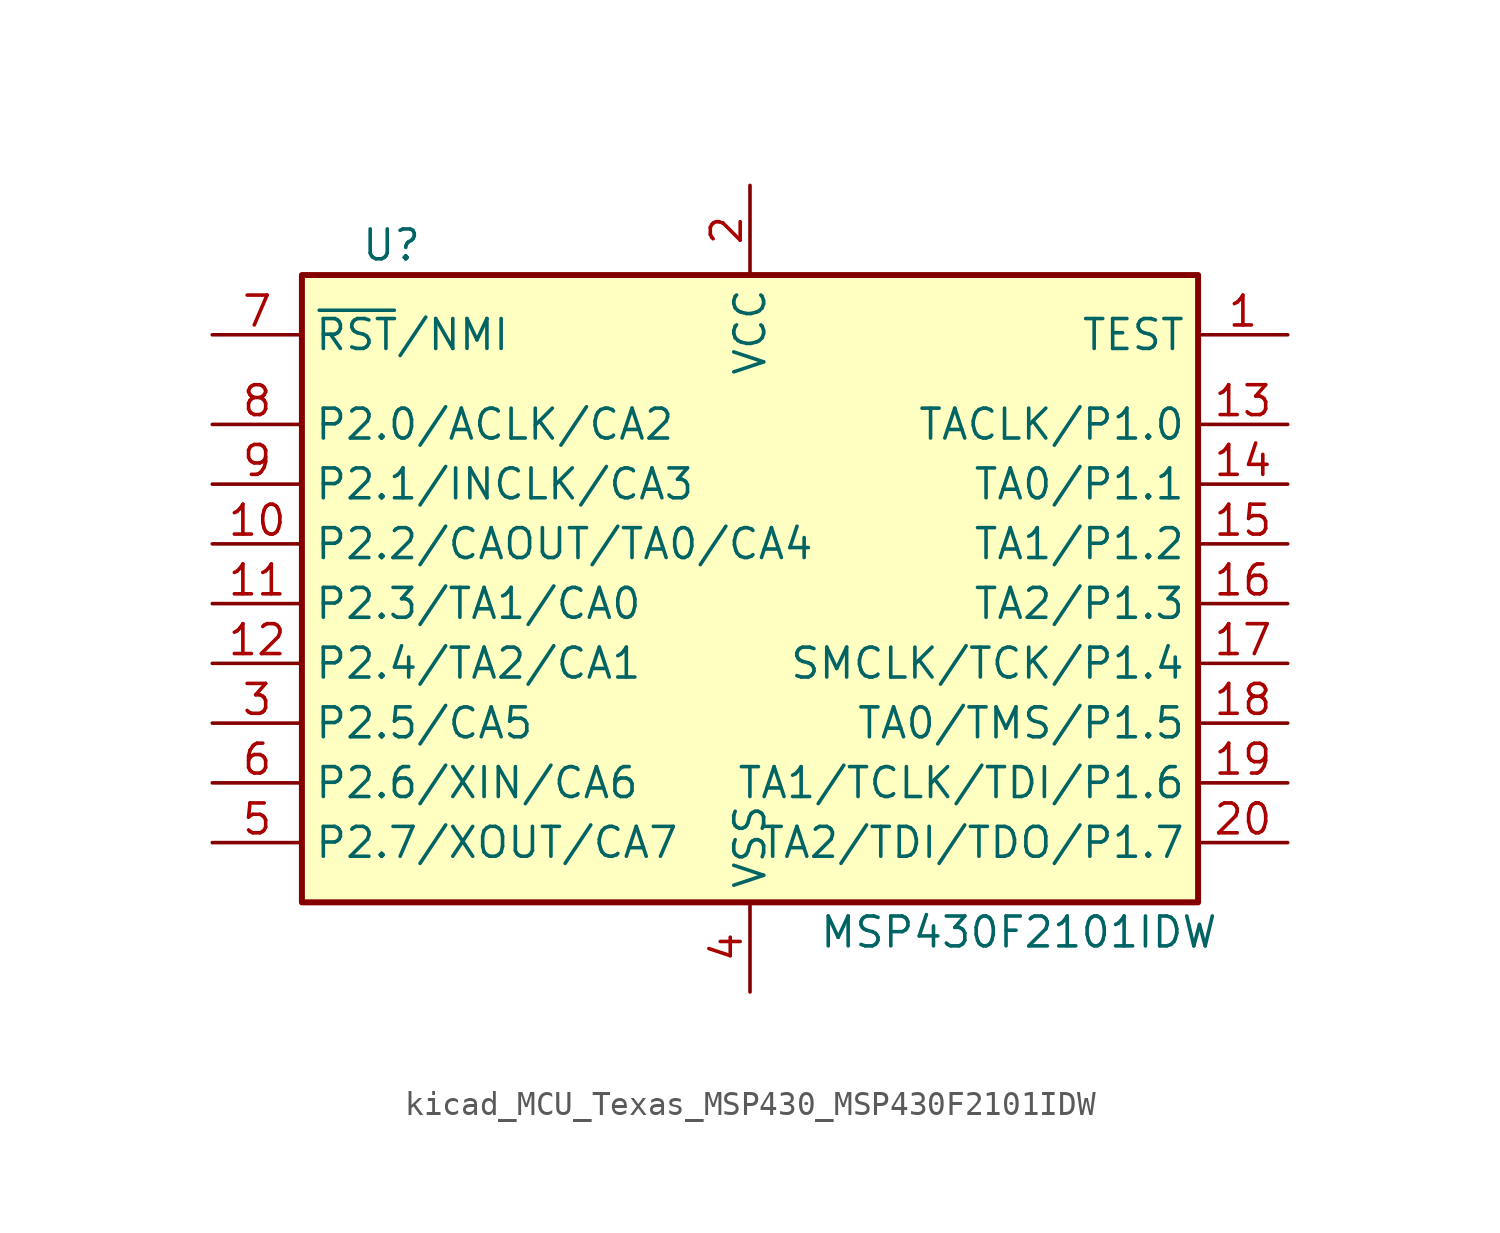
<source format=kicad_sym>
(kicad_symbol_lib
  (version 20220914)
  (generator kicad_symbol_editor)
  (symbol "kicad_MCU_Texas_MSP430_MSP430F2101IDW"
    (property "Reference" "U"
      (at -15.24 15.24 0)
      (effects (font (size 1.27 1.27))))
    (property "Value" "MSP430F2101IDW"
      (at 11.43 -13.97 0)
      (effects (font (size 1.27 1.27))))
    (symbol "kicad_MCU_Texas_MSP430_MSP430F2101IDW_0_1"
      (rectangle (start -19.05 13.97) (end 19.05 -12.7) (stroke (width 0.254) (type default)) (fill (type background))))
    (symbol "kicad_MCU_Texas_MSP430_MSP430F2101IDW_1_1"
      (pin input line (at 22.86 11.43 180) (length 3.81) (name "TEST" (effects (font (size 1.27 1.27)))) (number "1" (effects (font (size 1.27 1.27)))))
      (pin bidirectional line (at -22.86 2.54 0) (length 3.81) (name "P2.2/CAOUT/TA0/CA4" (effects (font (size 1.27 1.27)))) (number "10" (effects (font (size 1.27 1.27)))))
      (pin bidirectional line (at -22.86 0 0) (length 3.81) (name "P2.3/TA1/CA0" (effects (font (size 1.27 1.27)))) (number "11" (effects (font (size 1.27 1.27)))))
      (pin bidirectional line (at -22.86 -2.54 0) (length 3.81) (name "P2.4/TA2/CA1" (effects (font (size 1.27 1.27)))) (number "12" (effects (font (size 1.27 1.27)))))
      (pin bidirectional line (at 22.86 7.62 180) (length 3.81) (name "TACLK/P1.0" (effects (font (size 1.27 1.27)))) (number "13" (effects (font (size 1.27 1.27)))))
      (pin bidirectional line (at 22.86 5.08 180) (length 3.81) (name "TA0/P1.1" (effects (font (size 1.27 1.27)))) (number "14" (effects (font (size 1.27 1.27)))))
      (pin bidirectional line (at 22.86 2.54 180) (length 3.81) (name "TA1/P1.2" (effects (font (size 1.27 1.27)))) (number "15" (effects (font (size 1.27 1.27)))))
      (pin bidirectional line (at 22.86 0 180) (length 3.81) (name "TA2/P1.3" (effects (font (size 1.27 1.27)))) (number "16" (effects (font (size 1.27 1.27)))))
      (pin bidirectional line (at 22.86 -2.54 180) (length 3.81) (name "SMCLK/TCK/P1.4" (effects (font (size 1.27 1.27)))) (number "17" (effects (font (size 1.27 1.27)))))
      (pin bidirectional line (at 22.86 -5.08 180) (length 3.81) (name "TA0/TMS/P1.5" (effects (font (size 1.27 1.27)))) (number "18" (effects (font (size 1.27 1.27)))))
      (pin bidirectional line (at 22.86 -7.62 180) (length 3.81) (name "TA1/TCLK/TDI/P1.6" (effects (font (size 1.27 1.27)))) (number "19" (effects (font (size 1.27 1.27)))))
      (pin power_in line (at 0 17.78 270) (length 3.81) (name "VCC" (effects (font (size 1.27 1.27)))) (number "2" (effects (font (size 1.27 1.27)))))
      (pin bidirectional line (at 22.86 -10.16 180) (length 3.81) (name "TA2/TDI/TDO/P1.7" (effects (font (size 1.27 1.27)))) (number "20" (effects (font (size 1.27 1.27)))))
      (pin bidirectional line (at -22.86 -5.08 0) (length 3.81) (name "P2.5/CA5" (effects (font (size 1.27 1.27)))) (number "3" (effects (font (size 1.27 1.27)))))
      (pin power_in line (at 0 -16.51 90) (length 3.81) (name "VSS" (effects (font (size 1.27 1.27)))) (number "4" (effects (font (size 1.27 1.27)))))
      (pin bidirectional line (at -22.86 -10.16 0) (length 3.81) (name "P2.7/XOUT/CA7" (effects (font (size 1.27 1.27)))) (number "5" (effects (font (size 1.27 1.27)))))
      (pin bidirectional line (at -22.86 -7.62 0) (length 3.81) (name "P2.6/XIN/CA6" (effects (font (size 1.27 1.27)))) (number "6" (effects (font (size 1.27 1.27)))))
      (pin input line (at -22.86 11.43 0) (length 3.81) (name "~{RST}/NMI" (effects (font (size 1.27 1.27)))) (number "7" (effects (font (size 1.27 1.27)))))
      (pin bidirectional line (at -22.86 7.62 0) (length 3.81) (name "P2.0/ACLK/CA2" (effects (font (size 1.27 1.27)))) (number "8" (effects (font (size 1.27 1.27)))))
      (pin bidirectional line (at -22.86 5.08 0) (length 3.81) (name "P2.1/INCLK/CA3" (effects (font (size 1.27 1.27)))) (number "9" (effects (font (size 1.27 1.27))))))))
</source>
